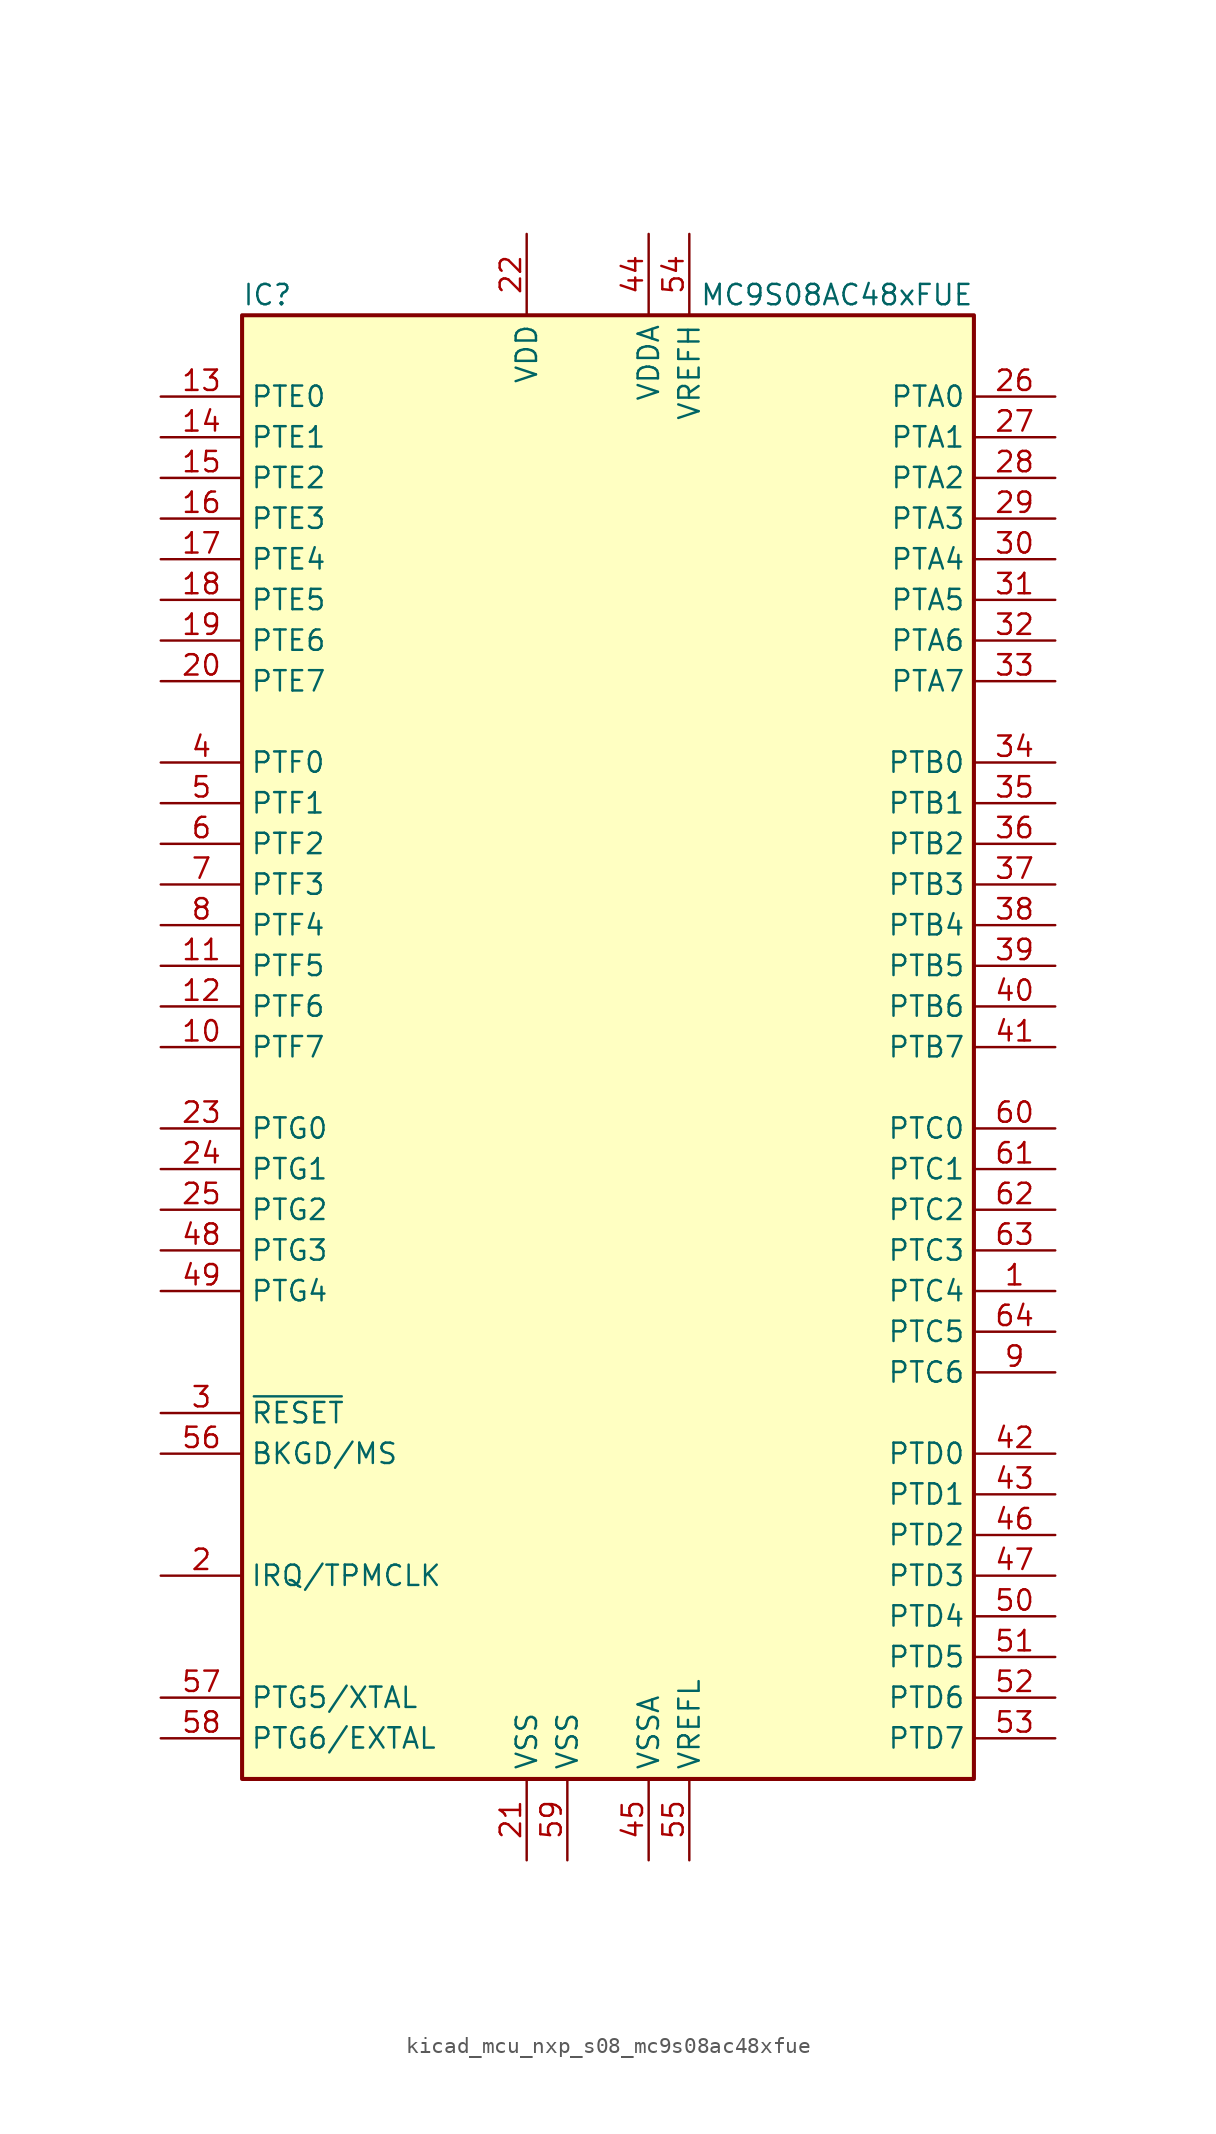
<source format=kicad_sym>
(kicad_symbol_lib
  (version 20220914)
  (generator kicad_symbol_editor)
  (symbol "kicad_mcu_nxp_s08_mc9s08ac48xfue"
    (property "Reference" "IC"
      (at -22.86 46.99 0)
      (effects (font (size 1.27 1.27)) (justify left)))
    (property "Value" "MC9S08AC48xFUE"
      (at 22.86 46.99 0)
      (effects (font (size 1.27 1.27)) (justify right)))
    (symbol "kicad_mcu_nxp_s08_mc9s08ac48xfue_0_1"
      (rectangle (start -22.86 45.72) (end 22.86 -45.72) (stroke (width 0.254) (type default)) (fill (type background))))
    (symbol "kicad_mcu_nxp_s08_mc9s08ac48xfue_1_1"
      (pin bidirectional line (at 27.94 -15.24 180) (length 5.08) (name "PTC4" (effects (font (size 1.27 1.27)))) (number "1" (effects (font (size 1.27 1.27)))))
      (pin bidirectional line (at -27.94 0 0) (length 5.08) (name "PTF7" (effects (font (size 1.27 1.27)))) (number "10" (effects (font (size 1.27 1.27)))))
      (pin bidirectional line (at -27.94 5.08 0) (length 5.08) (name "PTF5" (effects (font (size 1.27 1.27)))) (number "11" (effects (font (size 1.27 1.27)))))
      (pin bidirectional line (at -27.94 2.54 0) (length 5.08) (name "PTF6" (effects (font (size 1.27 1.27)))) (number "12" (effects (font (size 1.27 1.27)))))
      (pin bidirectional line (at -27.94 40.64 0) (length 5.08) (name "PTE0" (effects (font (size 1.27 1.27)))) (number "13" (effects (font (size 1.27 1.27)))))
      (pin bidirectional line (at -27.94 38.1 0) (length 5.08) (name "PTE1" (effects (font (size 1.27 1.27)))) (number "14" (effects (font (size 1.27 1.27)))))
      (pin bidirectional line (at -27.94 35.56 0) (length 5.08) (name "PTE2" (effects (font (size 1.27 1.27)))) (number "15" (effects (font (size 1.27 1.27)))))
      (pin bidirectional line (at -27.94 33.02 0) (length 5.08) (name "PTE3" (effects (font (size 1.27 1.27)))) (number "16" (effects (font (size 1.27 1.27)))))
      (pin bidirectional line (at -27.94 30.48 0) (length 5.08) (name "PTE4" (effects (font (size 1.27 1.27)))) (number "17" (effects (font (size 1.27 1.27)))))
      (pin bidirectional line (at -27.94 27.94 0) (length 5.08) (name "PTE5" (effects (font (size 1.27 1.27)))) (number "18" (effects (font (size 1.27 1.27)))))
      (pin bidirectional line (at -27.94 25.4 0) (length 5.08) (name "PTE6" (effects (font (size 1.27 1.27)))) (number "19" (effects (font (size 1.27 1.27)))))
      (pin input line (at -27.94 -33.02 0) (length 5.08) (name "IRQ/TPMCLK" (effects (font (size 1.27 1.27)))) (number "2" (effects (font (size 1.27 1.27)))))
      (pin bidirectional line (at -27.94 22.86 0) (length 5.08) (name "PTE7" (effects (font (size 1.27 1.27)))) (number "20" (effects (font (size 1.27 1.27)))))
      (pin power_in line (at -5.08 -50.8 90) (length 5.08) (name "VSS" (effects (font (size 1.27 1.27)))) (number "21" (effects (font (size 1.27 1.27)))))
      (pin power_in line (at -5.08 50.8 270) (length 5.08) (name "VDD" (effects (font (size 1.27 1.27)))) (number "22" (effects (font (size 1.27 1.27)))))
      (pin bidirectional line (at -27.94 -5.08 0) (length 5.08) (name "PTG0" (effects (font (size 1.27 1.27)))) (number "23" (effects (font (size 1.27 1.27)))))
      (pin bidirectional line (at -27.94 -7.62 0) (length 5.08) (name "PTG1" (effects (font (size 1.27 1.27)))) (number "24" (effects (font (size 1.27 1.27)))))
      (pin bidirectional line (at -27.94 -10.16 0) (length 5.08) (name "PTG2" (effects (font (size 1.27 1.27)))) (number "25" (effects (font (size 1.27 1.27)))))
      (pin bidirectional line (at 27.94 40.64 180) (length 5.08) (name "PTA0" (effects (font (size 1.27 1.27)))) (number "26" (effects (font (size 1.27 1.27)))))
      (pin bidirectional line (at 27.94 38.1 180) (length 5.08) (name "PTA1" (effects (font (size 1.27 1.27)))) (number "27" (effects (font (size 1.27 1.27)))))
      (pin bidirectional line (at 27.94 35.56 180) (length 5.08) (name "PTA2" (effects (font (size 1.27 1.27)))) (number "28" (effects (font (size 1.27 1.27)))))
      (pin bidirectional line (at 27.94 33.02 180) (length 5.08) (name "PTA3" (effects (font (size 1.27 1.27)))) (number "29" (effects (font (size 1.27 1.27)))))
      (pin input line (at -27.94 -22.86 0) (length 5.08) (name "~{RESET}" (effects (font (size 1.27 1.27)))) (number "3" (effects (font (size 1.27 1.27)))))
      (pin bidirectional line (at 27.94 30.48 180) (length 5.08) (name "PTA4" (effects (font (size 1.27 1.27)))) (number "30" (effects (font (size 1.27 1.27)))))
      (pin bidirectional line (at 27.94 27.94 180) (length 5.08) (name "PTA5" (effects (font (size 1.27 1.27)))) (number "31" (effects (font (size 1.27 1.27)))))
      (pin bidirectional line (at 27.94 25.4 180) (length 5.08) (name "PTA6" (effects (font (size 1.27 1.27)))) (number "32" (effects (font (size 1.27 1.27)))))
      (pin bidirectional line (at 27.94 22.86 180) (length 5.08) (name "PTA7" (effects (font (size 1.27 1.27)))) (number "33" (effects (font (size 1.27 1.27)))))
      (pin bidirectional line (at 27.94 17.78 180) (length 5.08) (name "PTB0" (effects (font (size 1.27 1.27)))) (number "34" (effects (font (size 1.27 1.27)))))
      (pin bidirectional line (at 27.94 15.24 180) (length 5.08) (name "PTB1" (effects (font (size 1.27 1.27)))) (number "35" (effects (font (size 1.27 1.27)))))
      (pin bidirectional line (at 27.94 12.7 180) (length 5.08) (name "PTB2" (effects (font (size 1.27 1.27)))) (number "36" (effects (font (size 1.27 1.27)))))
      (pin bidirectional line (at 27.94 10.16 180) (length 5.08) (name "PTB3" (effects (font (size 1.27 1.27)))) (number "37" (effects (font (size 1.27 1.27)))))
      (pin bidirectional line (at 27.94 7.62 180) (length 5.08) (name "PTB4" (effects (font (size 1.27 1.27)))) (number "38" (effects (font (size 1.27 1.27)))))
      (pin bidirectional line (at 27.94 5.08 180) (length 5.08) (name "PTB5" (effects (font (size 1.27 1.27)))) (number "39" (effects (font (size 1.27 1.27)))))
      (pin bidirectional line (at -27.94 17.78 0) (length 5.08) (name "PTF0" (effects (font (size 1.27 1.27)))) (number "4" (effects (font (size 1.27 1.27)))))
      (pin bidirectional line (at 27.94 2.54 180) (length 5.08) (name "PTB6" (effects (font (size 1.27 1.27)))) (number "40" (effects (font (size 1.27 1.27)))))
      (pin bidirectional line (at 27.94 0 180) (length 5.08) (name "PTB7" (effects (font (size 1.27 1.27)))) (number "41" (effects (font (size 1.27 1.27)))))
      (pin bidirectional line (at 27.94 -25.4 180) (length 5.08) (name "PTD0" (effects (font (size 1.27 1.27)))) (number "42" (effects (font (size 1.27 1.27)))))
      (pin bidirectional line (at 27.94 -27.94 180) (length 5.08) (name "PTD1" (effects (font (size 1.27 1.27)))) (number "43" (effects (font (size 1.27 1.27)))))
      (pin power_in line (at 2.54 50.8 270) (length 5.08) (name "VDDA" (effects (font (size 1.27 1.27)))) (number "44" (effects (font (size 1.27 1.27)))))
      (pin power_in line (at 2.54 -50.8 90) (length 5.08) (name "VSSA" (effects (font (size 1.27 1.27)))) (number "45" (effects (font (size 1.27 1.27)))))
      (pin bidirectional line (at 27.94 -30.48 180) (length 5.08) (name "PTD2" (effects (font (size 1.27 1.27)))) (number "46" (effects (font (size 1.27 1.27)))))
      (pin bidirectional line (at 27.94 -33.02 180) (length 5.08) (name "PTD3" (effects (font (size 1.27 1.27)))) (number "47" (effects (font (size 1.27 1.27)))))
      (pin bidirectional line (at -27.94 -12.7 0) (length 5.08) (name "PTG3" (effects (font (size 1.27 1.27)))) (number "48" (effects (font (size 1.27 1.27)))))
      (pin bidirectional line (at -27.94 -15.24 0) (length 5.08) (name "PTG4" (effects (font (size 1.27 1.27)))) (number "49" (effects (font (size 1.27 1.27)))))
      (pin bidirectional line (at -27.94 15.24 0) (length 5.08) (name "PTF1" (effects (font (size 1.27 1.27)))) (number "5" (effects (font (size 1.27 1.27)))))
      (pin bidirectional line (at 27.94 -35.56 180) (length 5.08) (name "PTD4" (effects (font (size 1.27 1.27)))) (number "50" (effects (font (size 1.27 1.27)))))
      (pin bidirectional line (at 27.94 -38.1 180) (length 5.08) (name "PTD5" (effects (font (size 1.27 1.27)))) (number "51" (effects (font (size 1.27 1.27)))))
      (pin bidirectional line (at 27.94 -40.64 180) (length 5.08) (name "PTD6" (effects (font (size 1.27 1.27)))) (number "52" (effects (font (size 1.27 1.27)))))
      (pin bidirectional line (at 27.94 -43.18 180) (length 5.08) (name "PTD7" (effects (font (size 1.27 1.27)))) (number "53" (effects (font (size 1.27 1.27)))))
      (pin power_in line (at 5.08 50.8 270) (length 5.08) (name "VREFH" (effects (font (size 1.27 1.27)))) (number "54" (effects (font (size 1.27 1.27)))))
      (pin power_in line (at 5.08 -50.8 90) (length 5.08) (name "VREFL" (effects (font (size 1.27 1.27)))) (number "55" (effects (font (size 1.27 1.27)))))
      (pin bidirectional line (at -27.94 -25.4 0) (length 5.08) (name "BKGD/MS" (effects (font (size 1.27 1.27)))) (number "56" (effects (font (size 1.27 1.27)))))
      (pin bidirectional line (at -27.94 -40.64 0) (length 5.08) (name "PTG5/XTAL" (effects (font (size 1.27 1.27)))) (number "57" (effects (font (size 1.27 1.27)))))
      (pin bidirectional line (at -27.94 -43.18 0) (length 5.08) (name "PTG6/EXTAL" (effects (font (size 1.27 1.27)))) (number "58" (effects (font (size 1.27 1.27)))))
      (pin power_in line (at -2.54 -50.8 90) (length 5.08) (name "VSS" (effects (font (size 1.27 1.27)))) (number "59" (effects (font (size 1.27 1.27)))))
      (pin bidirectional line (at -27.94 12.7 0) (length 5.08) (name "PTF2" (effects (font (size 1.27 1.27)))) (number "6" (effects (font (size 1.27 1.27)))))
      (pin bidirectional line (at 27.94 -5.08 180) (length 5.08) (name "PTC0" (effects (font (size 1.27 1.27)))) (number "60" (effects (font (size 1.27 1.27)))))
      (pin bidirectional line (at 27.94 -7.62 180) (length 5.08) (name "PTC1" (effects (font (size 1.27 1.27)))) (number "61" (effects (font (size 1.27 1.27)))))
      (pin bidirectional line (at 27.94 -10.16 180) (length 5.08) (name "PTC2" (effects (font (size 1.27 1.27)))) (number "62" (effects (font (size 1.27 1.27)))))
      (pin bidirectional line (at 27.94 -12.7 180) (length 5.08) (name "PTC3" (effects (font (size 1.27 1.27)))) (number "63" (effects (font (size 1.27 1.27)))))
      (pin bidirectional line (at 27.94 -17.78 180) (length 5.08) (name "PTC5" (effects (font (size 1.27 1.27)))) (number "64" (effects (font (size 1.27 1.27)))))
      (pin bidirectional line (at -27.94 10.16 0) (length 5.08) (name "PTF3" (effects (font (size 1.27 1.27)))) (number "7" (effects (font (size 1.27 1.27)))))
      (pin bidirectional line (at -27.94 7.62 0) (length 5.08) (name "PTF4" (effects (font (size 1.27 1.27)))) (number "8" (effects (font (size 1.27 1.27)))))
      (pin bidirectional line (at 27.94 -20.32 180) (length 5.08) (name "PTC6" (effects (font (size 1.27 1.27)))) (number "9" (effects (font (size 1.27 1.27))))))))
</source>
